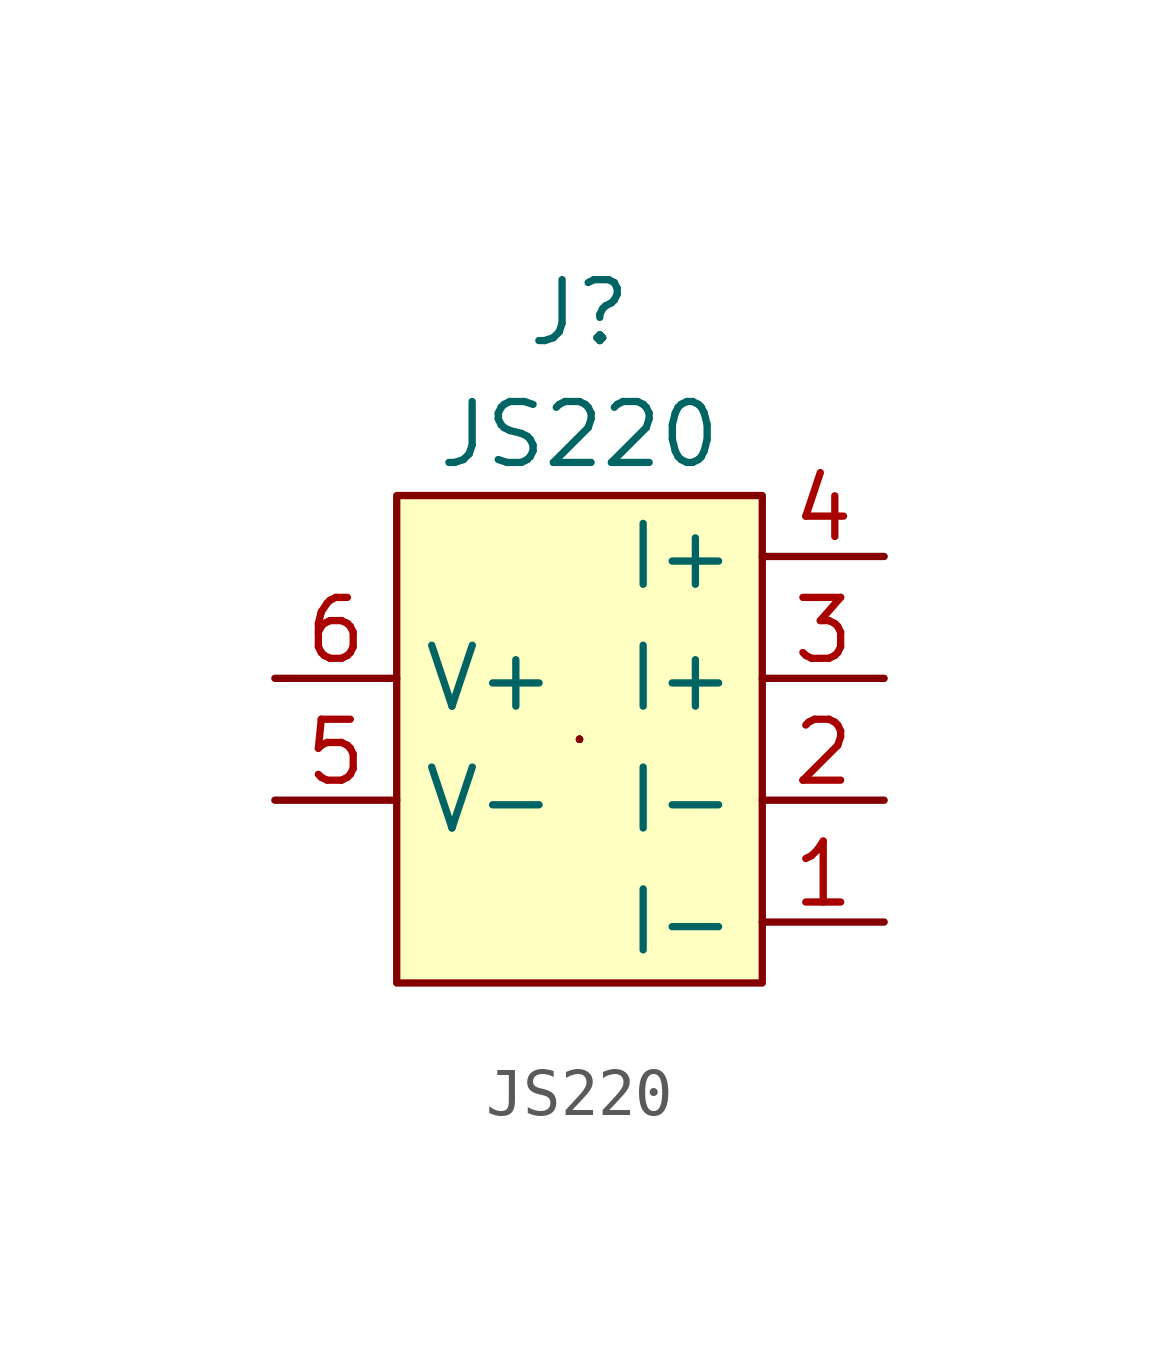
<source format=kicad_sym>
(kicad_symbol_lib
  (version 20211014)
  (generator kicad_symbol_editor)
  (symbol "JS220"
    (property "Reference" "J"
      (at 0 8.89 0)
      (effects (font (size 1.27 1.27))))
    (property "Value" "JS220"
      (at 0 6.35 0)
      (effects (font (size 1.27 1.27))))
    (symbol "JS220_0_1"
      (rectangle (start -3.81 5.08) (end 3.81 -5.08) (stroke (width 0) (type default) (color 0 0 0 0)) (fill (type background)))
      (rectangle (start 0 0) (end 0 0) (stroke (width 0) (type default) (color 0 0 0 0)) (fill (type none)))
      (rectangle (start 0 0) (end 0 0) (stroke (width 0) (type default) (color 0 0 0 0)) (fill (type none)))
      (rectangle (start 0 0) (end 0 0) (stroke (width 0) (type default) (color 0 0 0 0)) (fill (type none)))
      (rectangle (start 0 0) (end 0 0) (stroke (width 0) (type default) (color 0 0 0 0)) (fill (type none)))
      (rectangle (start 0 0) (end 0 0) (stroke (width 0) (type default) (color 0 0 0 0)) (fill (type none)))
      (rectangle (start 0 0) (end 0 0) (stroke (width 0) (type default) (color 0 0 0 0)) (fill (type none))))
    (symbol "JS220_1_1"
      (pin bidirectional line (at 6.35 -3.81 180) (length 2.54) (name "I-" (effects (font (size 1.27 1.27)))) (number "1" (effects (font (size 1.27 1.27)))))
      (pin bidirectional line (at 6.35 -1.27 180) (length 2.54) (name "I-" (effects (font (size 1.27 1.27)))) (number "2" (effects (font (size 1.27 1.27)))))
      (pin bidirectional line (at 6.35 1.27 180) (length 2.54) (name "I+" (effects (font (size 1.27 1.27)))) (number "3" (effects (font (size 1.27 1.27)))))
      (pin bidirectional line (at 6.35 3.81 180) (length 2.54) (name "I+" (effects (font (size 1.27 1.27)))) (number "4" (effects (font (size 1.27 1.27)))))
      (pin bidirectional line (at -6.35 -1.27 0) (length 2.54) (name "V-" (effects (font (size 1.27 1.27)))) (number "5" (effects (font (size 1.27 1.27)))))
      (pin bidirectional line (at -6.35 1.27 0) (length 2.54) (name "V+" (effects (font (size 1.27 1.27)))) (number "6" (effects (font (size 1.27 1.27))))))))
</source>
